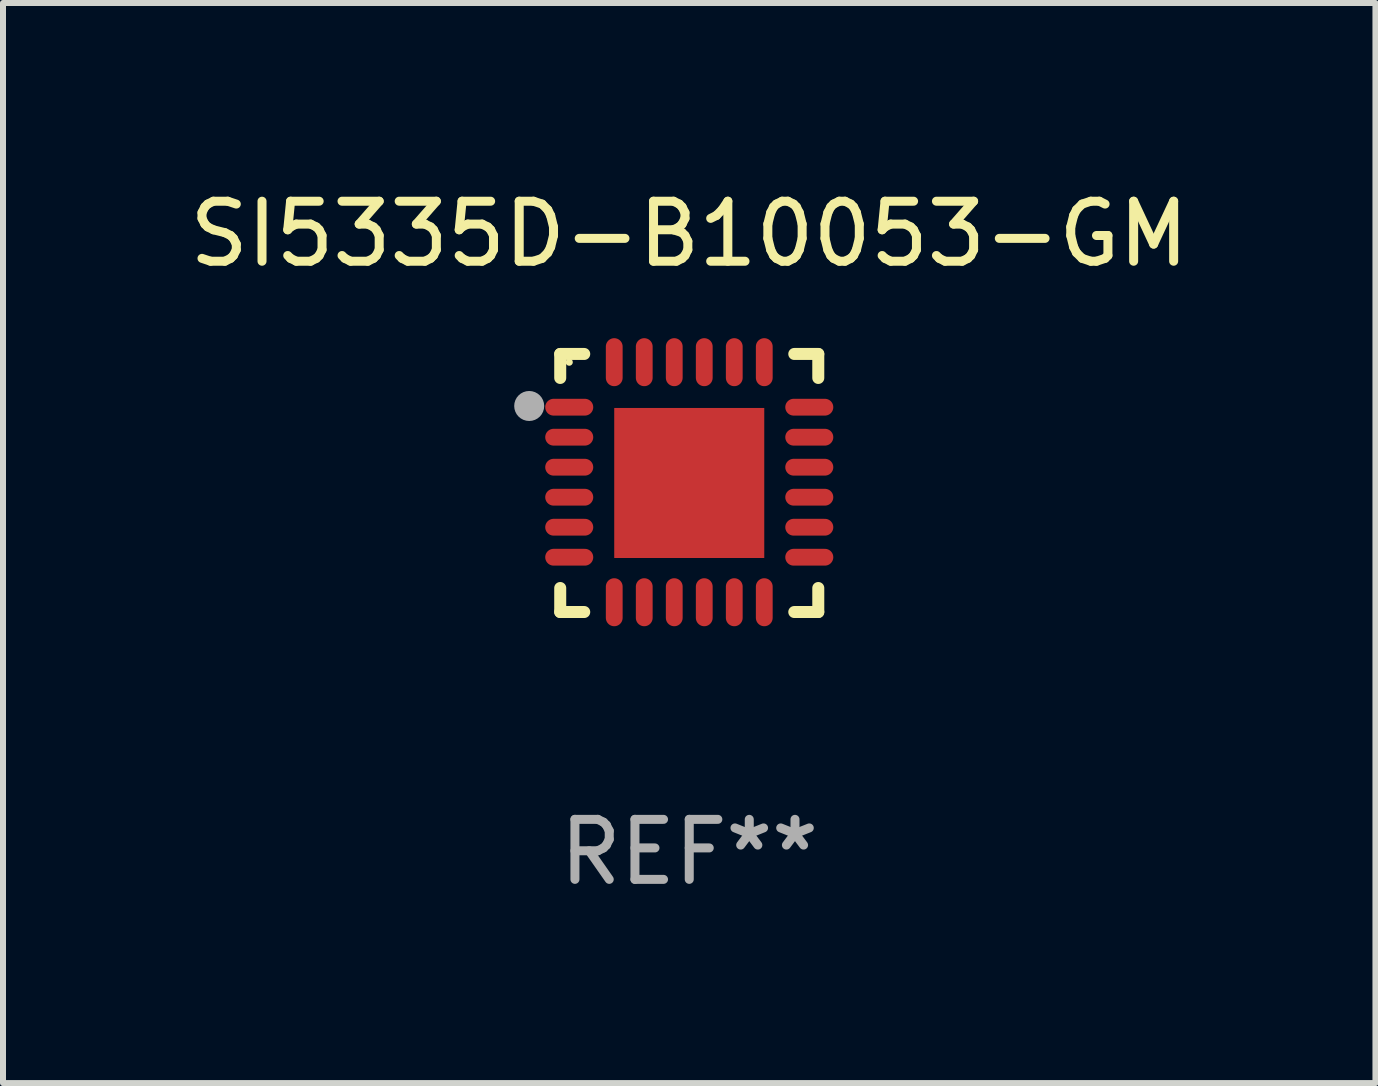
<source format=kicad_pcb>
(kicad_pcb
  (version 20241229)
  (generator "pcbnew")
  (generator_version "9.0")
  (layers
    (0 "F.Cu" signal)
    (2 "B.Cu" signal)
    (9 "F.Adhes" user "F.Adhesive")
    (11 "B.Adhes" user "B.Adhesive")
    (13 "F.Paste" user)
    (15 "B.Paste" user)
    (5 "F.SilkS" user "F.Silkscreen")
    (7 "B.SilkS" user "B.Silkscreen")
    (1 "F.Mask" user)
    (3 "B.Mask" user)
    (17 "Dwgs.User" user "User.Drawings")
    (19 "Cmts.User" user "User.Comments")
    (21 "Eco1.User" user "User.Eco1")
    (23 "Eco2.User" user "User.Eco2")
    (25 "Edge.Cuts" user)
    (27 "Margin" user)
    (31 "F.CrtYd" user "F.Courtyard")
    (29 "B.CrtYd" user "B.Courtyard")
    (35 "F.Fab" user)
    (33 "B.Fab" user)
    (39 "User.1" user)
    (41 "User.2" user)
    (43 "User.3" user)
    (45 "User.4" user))
  (footprint "SI5335D-B10053-GM"
    (layer "F.Cu")
    (at 8.435 4.998)
    (property "Reference" "SI5335D-B10053-GM" (at 0 -4.15 0) (layer "F.SilkS") (effects (font (size 1 1) (thickness 0.15))))
    (attr through_hole)
    (fp_line (start -2.15 -2.15) (end -1.75 -2.15) (stroke (width 0.2) (type solid)) (layer "F.SilkS"))
    (fp_line (start -2.15 -1.75) (end -2.15 -2.15) (stroke (width 0.2) (type solid)) (layer "F.SilkS"))
    (fp_line (start -2.15 2.15) (end -2.15 1.75) (stroke (width 0.2) (type solid)) (layer "F.SilkS"))
    (fp_line (start -1.75 2.15) (end -2.15 2.15) (stroke (width 0.2) (type solid)) (layer "F.SilkS"))
    (fp_line (start 1.75 -2.15) (end 2.15 -2.15) (stroke (width 0.2) (type solid)) (layer "F.SilkS"))
    (fp_line (start 1.75 2.15) (end 2.15 2.15) (stroke (width 0.2) (type solid)) (layer "F.SilkS"))
    (fp_line (start 2.15 -2.15) (end 2.15 -1.75) (stroke (width 0.2) (type solid)) (layer "F.SilkS"))
    (fp_line (start 2.15 2.15) (end 2.15 1.75) (stroke (width 0.2) (type solid)) (layer "F.SilkS"))
    (fp_circle (center -2 -2.013) (end -1.97 -2.013) (stroke (width 0.06) (type solid)) (fill no) (layer "F.SilkS"))
    (fp_circle (center -2.667 -1.283) (end -2.542 -1.283) (stroke (width 0.25) (type solid)) (fill no) (layer "F.Fab"))
    (fp_text user "REF**" (at 0 6.15 0) (layer "F.Fab") (effects (font (size 1 1) (thickness 0.15))))
    (pad "1" smd oval (at -2 -1.263) (size 0.8 0.28) (layers "F.Cu" "F.Mask" "F.Paste"))
    (pad "2" smd oval (at -2 -0.763) (size 0.8 0.28) (layers "F.Cu" "F.Mask" "F.Paste"))
    (pad "3" smd oval (at -2 -0.263) (size 0.8 0.28) (layers "F.Cu" "F.Mask" "F.Paste"))
    (pad "4" smd oval (at -2 0.237) (size 0.8 0.28) (layers "F.Cu" "F.Mask" "F.Paste"))
    (pad "5" smd oval (at -2 0.737) (size 0.8 0.28) (layers "F.Cu" "F.Mask" "F.Paste"))
    (pad "6" smd oval (at -2 1.237) (size 0.8 0.28) (layers "F.Cu" "F.Mask" "F.Paste"))
    (pad "7" smd oval (at -1.25 1.987) (size 0.28 0.8) (layers "F.Cu" "F.Mask" "F.Paste"))
    (pad "8" smd oval (at -0.75 1.987) (size 0.28 0.8) (layers "F.Cu" "F.Mask" "F.Paste"))
    (pad "9" smd oval (at -0.25 1.987) (size 0.28 0.8) (layers "F.Cu" "F.Mask" "F.Paste"))
    (pad "10" smd oval (at 0.25 1.987) (size 0.28 0.8) (layers "F.Cu" "F.Mask" "F.Paste"))
    (pad "11" smd oval (at 0.75 1.987) (size 0.28 0.8) (layers "F.Cu" "F.Mask" "F.Paste"))
    (pad "12" smd oval (at 1.25 1.987) (size 0.28 0.8) (layers "F.Cu" "F.Mask" "F.Paste"))
    (pad "13" smd oval (at 2 1.237) (size 0.8 0.28) (layers "F.Cu" "F.Mask" "F.Paste"))
    (pad "14" smd oval (at 2 0.737) (size 0.8 0.28) (layers "F.Cu" "F.Mask" "F.Paste"))
    (pad "15" smd oval (at 2 0.237) (size 0.8 0.28) (layers "F.Cu" "F.Mask" "F.Paste"))
    (pad "16" smd oval (at 2 -0.263) (size 0.8 0.28) (layers "F.Cu" "F.Mask" "F.Paste"))
    (pad "17" smd oval (at 2 -0.763) (size 0.8 0.28) (layers "F.Cu" "F.Mask" "F.Paste"))
    (pad "18" smd oval (at 2 -1.263) (size 0.8 0.28) (layers "F.Cu" "F.Mask" "F.Paste"))
    (pad "19" smd oval (at 1.25 -2.013) (size 0.28 0.8) (layers "F.Cu" "F.Mask" "F.Paste"))
    (pad "20" smd oval (at 0.75 -2.013) (size 0.28 0.8) (layers "F.Cu" "F.Mask" "F.Paste"))
    (pad "21" smd oval (at 0.25 -2.013) (size 0.28 0.8) (layers "F.Cu" "F.Mask" "F.Paste"))
    (pad "22" smd oval (at -0.25 -2.013) (size 0.28 0.8) (layers "F.Cu" "F.Mask" "F.Paste"))
    (pad "23" smd oval (at -0.75 -2.013) (size 0.28 0.8) (layers "F.Cu" "F.Mask" "F.Paste"))
    (pad "24" smd oval (at -1.25 -2.013) (size 0.28 0.8) (layers "F.Cu" "F.Mask" "F.Paste"))
    (pad "25" smd rect (at -0.000127 -0.00014) (size 2.5 2.5) (layers "F.Cu" "F.Mask" "F.Paste")))
  (gr_rect
    (start -3 -3)
    (end 19.869 14.997)
    (stroke (width 0.1) (type default))
    (fill no)
    (layer "Edge.Cuts")))
</source>
